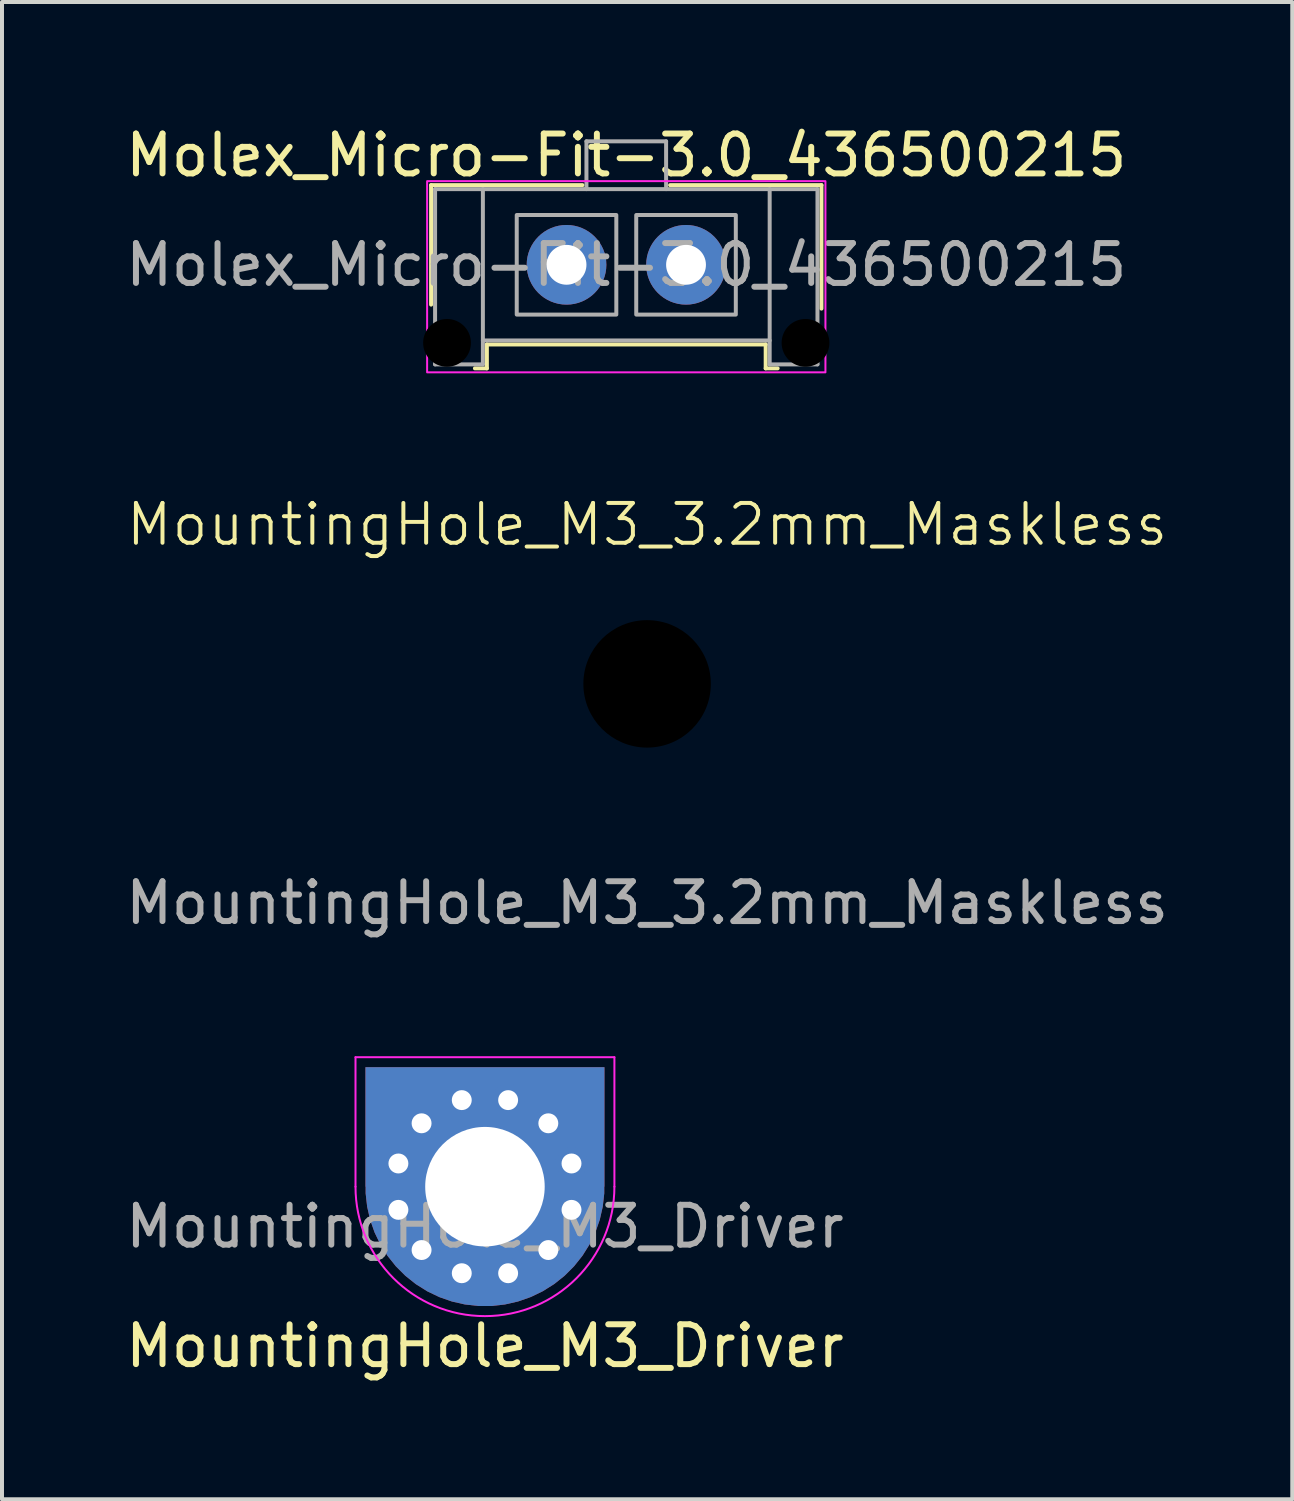
<source format=kicad_pcb>
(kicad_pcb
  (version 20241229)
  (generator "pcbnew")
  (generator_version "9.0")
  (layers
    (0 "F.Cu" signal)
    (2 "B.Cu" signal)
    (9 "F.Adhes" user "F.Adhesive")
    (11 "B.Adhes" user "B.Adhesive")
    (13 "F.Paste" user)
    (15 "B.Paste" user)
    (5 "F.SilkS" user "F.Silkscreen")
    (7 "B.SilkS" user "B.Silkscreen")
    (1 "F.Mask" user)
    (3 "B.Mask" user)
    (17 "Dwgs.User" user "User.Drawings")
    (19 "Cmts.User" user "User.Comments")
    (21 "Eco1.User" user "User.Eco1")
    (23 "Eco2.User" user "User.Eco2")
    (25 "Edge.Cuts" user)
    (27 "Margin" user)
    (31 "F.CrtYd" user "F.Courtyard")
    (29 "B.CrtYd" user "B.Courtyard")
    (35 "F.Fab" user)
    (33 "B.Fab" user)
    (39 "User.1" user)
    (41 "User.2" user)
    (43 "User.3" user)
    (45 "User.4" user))
  (footprint "Molex_Micro-Fit-3.0_436500215"
    (layer "F.Cu")
    (at 12.673 3.598)
    (property "Reference" "Molex_Micro-Fit-3.0_436500215" (at 0 -2.75 180) (layer "F.SilkS") (effects (font (size 1 1) (thickness 0.15))))
    (attr through_hole)
    (fp_line (start -4.9 -2) (end -4.9 1) (stroke (width 0.1) (type default)) (layer "F.SilkS"))
    (fp_line (start -3.8 2.6) (end -3.5 2.6) (stroke (width 0.1) (type default)) (layer "F.SilkS"))
    (fp_line (start -3.5 2) (end 3.5 2) (stroke (width 0.1) (type default)) (layer "F.SilkS"))
    (fp_line (start -3.5 2.6) (end -3.5 2) (stroke (width 0.1) (type default)) (layer "F.SilkS"))
    (fp_line (start -1.1 -2) (end -4.9 -2) (stroke (width 0.1) (type default)) (layer "F.SilkS"))
    (fp_line (start 3.5 2) (end 3.5 2.6) (stroke (width 0.1) (type default)) (layer "F.SilkS"))
    (fp_line (start 3.5 2.6) (end 3.8 2.6) (stroke (width 0.1) (type default)) (layer "F.SilkS"))
    (fp_line (start 4.9 -2) (end 1.1 -2) (stroke (width 0.1) (type default)) (layer "F.SilkS"))
    (fp_line (start 4.9 -2) (end 4.9 1.1) (stroke (width 0.1) (type default)) (layer "F.SilkS"))
    (fp_rect (start -5 -2.1) (end 5 2.7) (stroke (width 0.05) (type default)) (fill no) (layer "F.CrtYd"))
    (fp_line (start -4.8 -1.9) (end -4.8 2.5) (stroke (width 0.1) (type default)) (layer "F.Fab"))
    (fp_line (start -4.8 2.5) (end -3.6 2.5) (stroke (width 0.1) (type default)) (layer "F.Fab"))
    (fp_line (start -3.6 1.9) (end 3.6 1.9) (stroke (width 0.1) (type default)) (layer "F.Fab"))
    (fp_line (start -3.6 2.5) (end -3.6 -1.9) (stroke (width 0.1) (type default)) (layer "F.Fab"))
    (fp_line (start -1 -3.1) (end -1 -1.9) (stroke (width 0.1) (type default)) (layer "F.Fab"))
    (fp_line (start 1 -3.1) (end -1 -3.1) (stroke (width 0.1) (type default)) (layer "F.Fab"))
    (fp_line (start 1 -1.9) (end 1 -3.1) (stroke (width 0.1) (type default)) (layer "F.Fab"))
    (fp_line (start 3.6 -1.9) (end 3.6 2.5) (stroke (width 0.1) (type default)) (layer "F.Fab"))
    (fp_line (start 3.6 2.5) (end 4.8 2.5) (stroke (width 0.1) (type default)) (layer "F.Fab"))
    (fp_line (start 4.8 -1.9) (end -4.8 -1.9) (stroke (width 0.1) (type default)) (layer "F.Fab"))
    (fp_line (start 4.8 -1.9) (end 4.8 2.5) (stroke (width 0.1) (type default)) (layer "F.Fab"))
    (fp_rect (start -2.75 -1.25) (end -0.25 1.25) (stroke (width 0.1) (type default)) (fill no) (layer "F.Fab"))
    (fp_rect (start 0.25 -1.25) (end 2.75 1.25) (stroke (width 0.1) (type default)) (fill no) (layer "F.Fab"))
    (fp_text user "${REFERENCE}" (at 0 0 0) (layer "F.Fab") (effects (font (size 1 1) (thickness 0.15))))
    (pad "" np_thru_hole circle (at -4.5 1.96) (size 1.6 1.6) (drill 1.2) (layers "*.Mask"))
    (pad "" np_thru_hole circle (at 4.5 1.96) (size 1.6 1.6) (drill 1.2) (layers "*.Mask"))
    (pad "1" thru_hole circle (at 1.5 0) (size 2 2) (drill 1) (layers "*.Cu" "*.Mask") (remove_unused_layers yes) (keep_end_layers yes) (zone_layer_connections))
    (pad "2" thru_hole circle (at -1.5 0) (size 2 2) (drill 1) (layers "*.Cu" "*.Mask") (remove_unused_layers yes) (keep_end_layers yes) (zone_layer_connections)))
  (footprint "MountingHole_M3_3.2mm_Maskless"
    (layer "F.Cu")
    (at 13.196 14.119)
    (property "Reference" "MountingHole_M3_3.2mm_Maskless" (at 0 -4 0) (unlocked yes) (layer "F.SilkS") (effects (font (size 1 1) (thickness 0.1))))
    (attr through_hole)
    (fp_circle (center 0 0) (end 3 0) (stroke (width 0.01) (type default)) (fill no) (layer "Margin"))
    (fp_text user "${REFERENCE}" (at 0 5.5 0) (unlocked yes) (layer "F.Fab") (effects (font (size 1 1) (thickness 0.15))))
    (pad "" np_thru_hole circle (at 0 0) (size 6 6) (drill 3.2) (layers "*.Mask")))
  (footprint "MountingHole_M3_Driver"
    (layer "F.Cu")
    (at 9.125 26.742)
    (property "Reference" "MountingHole_M3_Driver" (at 0 4 0) (layer "F.SilkS") (effects (font (size 1 1) (thickness 0.15))))
    (attr exclude_from_pos_files exclude_from_bom)
    (fp_line (start -3.25 -3.25) (end -3.25 0) (stroke (width 0.05) (type solid)) (layer "F.CrtYd"))
    (fp_line (start 3.25 -3.25) (end -3.25 -3.25) (stroke (width 0.05) (type solid)) (layer "F.CrtYd"))
    (fp_line (start 3.25 0) (end 3.25 -3.25) (stroke (width 0.05) (type solid)) (layer "F.CrtYd"))
    (fp_arc (start 3.25 0) (mid 0 3.25) (end -3.25 0) (stroke (width 0.05) (type solid)) (layer "F.CrtYd"))
    (fp_text user "${REFERENCE}" (at 0 1 0) (layer "F.Fab") (effects (font (size 1 1) (thickness 0.15))))
    (pad "1" thru_hole circle (at -2.173 -0.582 30) (size 0.8 0.8) (drill 0.5) (layers "*.Cu" "*.Mask") (remove_unused_layers yes) (keep_end_layers yes) (zone_layer_connections))
    (pad "1" thru_hole circle (at -2.173 0.582 30) (size 0.8 0.8) (drill 0.5) (layers "*.Cu" "*.Mask") (remove_unused_layers yes) (keep_end_layers yes) (zone_layer_connections))
    (pad "1" thru_hole circle (at -1.591 -1.591 30) (size 0.8 0.8) (drill 0.5) (layers "*.Cu" "*.Mask") (remove_unused_layers yes) (keep_end_layers yes) (zone_layer_connections))
    (pad "1" thru_hole circle (at -1.591 1.591 30) (size 0.8 0.8) (drill 0.5) (layers "*.Cu" "*.Mask") (remove_unused_layers yes) (keep_end_layers yes) (zone_layer_connections))
    (pad "1" thru_hole circle (at -0.582 -2.173 30) (size 0.8 0.8) (drill 0.5) (layers "*.Cu" "*.Mask") (remove_unused_layers yes) (keep_end_layers yes) (zone_layer_connections))
    (pad "1" thru_hole circle (at -0.582 2.173 30) (size 0.8 0.8) (drill 0.5) (layers "*.Cu" "*.Mask") (remove_unused_layers yes) (keep_end_layers yes) (zone_layer_connections))
    (pad "1" thru_hole custom (at 0 0) (size 6 6) (drill 3) (layers "*.Cu" "*.Mask") (remove_unused_layers yes) (keep_end_layers yes) (zone_layer_connections) (options (anchor circle)) (primitives (gr_poly (pts (xy -3 0) (xy 3 0) (xy 3 -3) (xy -3 -3)) (width 0) (fill yes))))
    (pad "1" thru_hole circle (at 0.582 -2.173 30) (size 0.8 0.8) (drill 0.5) (layers "*.Cu" "*.Mask") (remove_unused_layers yes) (keep_end_layers yes) (zone_layer_connections))
    (pad "1" thru_hole circle (at 0.582 2.173 30) (size 0.8 0.8) (drill 0.5) (layers "*.Cu" "*.Mask") (remove_unused_layers yes) (keep_end_layers yes) (zone_layer_connections))
    (pad "1" thru_hole circle (at 1.591 -1.591 30) (size 0.8 0.8) (drill 0.5) (layers "*.Cu" "*.Mask") (remove_unused_layers yes) (keep_end_layers yes) (zone_layer_connections))
    (pad "1" thru_hole circle (at 1.591 1.591 30) (size 0.8 0.8) (drill 0.5) (layers "*.Cu" "*.Mask") (remove_unused_layers yes) (keep_end_layers yes) (zone_layer_connections))
    (pad "1" thru_hole circle (at 2.173 -0.582 30) (size 0.8 0.8) (drill 0.5) (layers "*.Cu" "*.Mask") (remove_unused_layers yes) (keep_end_layers yes) (zone_layer_connections))
    (pad "1" thru_hole circle (at 2.173 0.582 30) (size 0.8 0.8) (drill 0.5) (layers "*.Cu" "*.Mask") (remove_unused_layers yes) (keep_end_layers yes) (zone_layer_connections)))
  (gr_rect
    (start -3 -3)
    (end 29.393 34.59)
    (stroke (width 0.1) (type default))
    (fill no)
    (layer "Edge.Cuts")))
</source>
